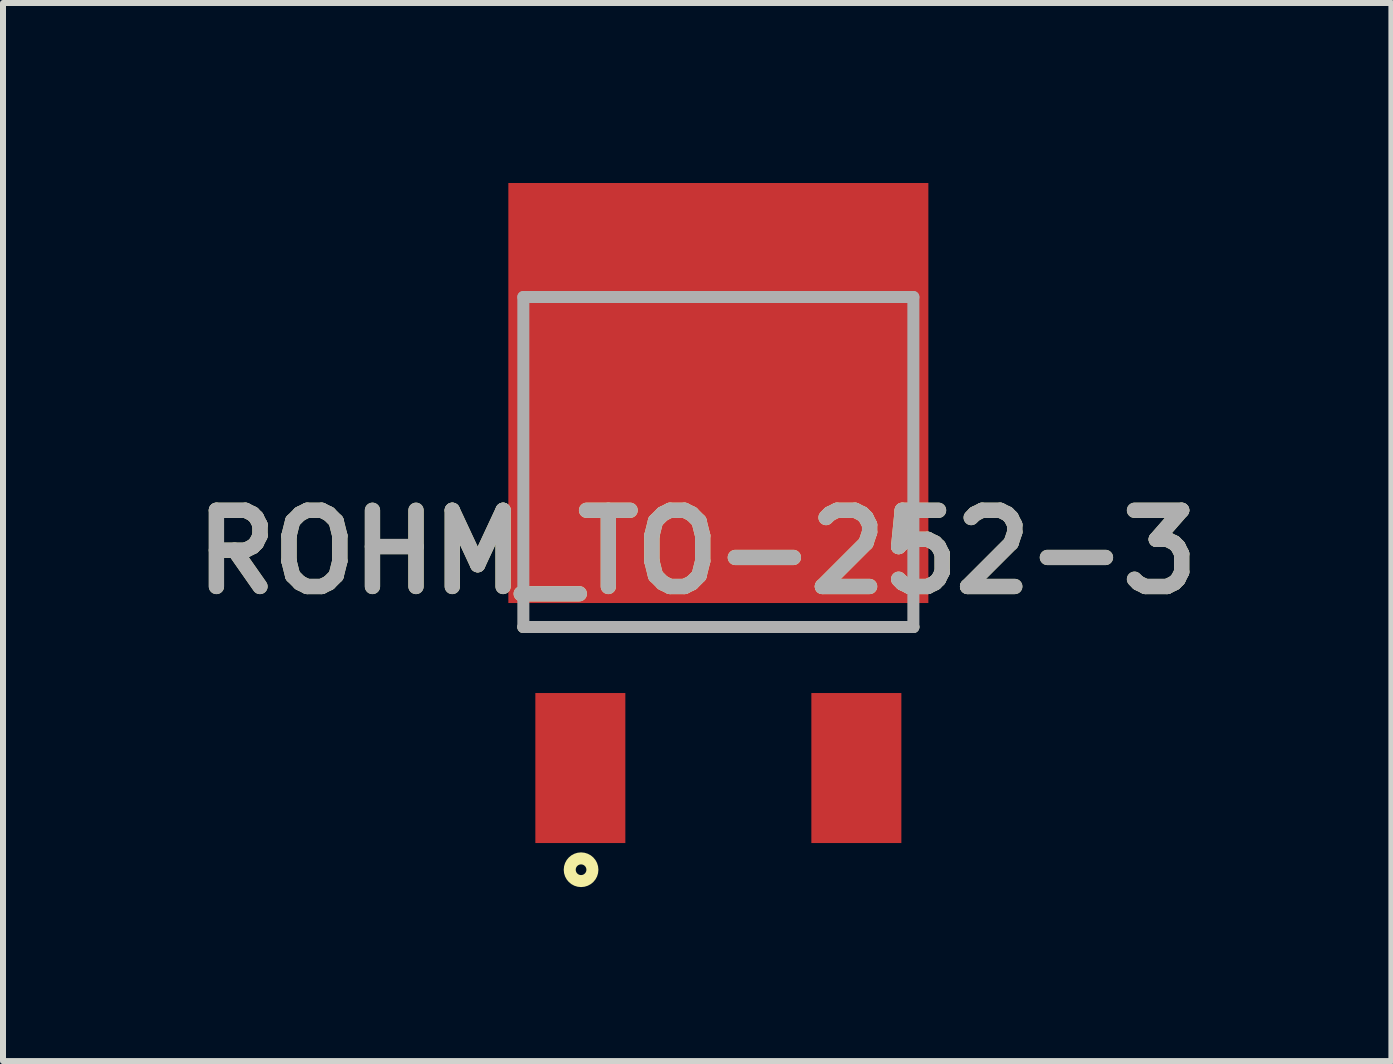
<source format=kicad_pcb>
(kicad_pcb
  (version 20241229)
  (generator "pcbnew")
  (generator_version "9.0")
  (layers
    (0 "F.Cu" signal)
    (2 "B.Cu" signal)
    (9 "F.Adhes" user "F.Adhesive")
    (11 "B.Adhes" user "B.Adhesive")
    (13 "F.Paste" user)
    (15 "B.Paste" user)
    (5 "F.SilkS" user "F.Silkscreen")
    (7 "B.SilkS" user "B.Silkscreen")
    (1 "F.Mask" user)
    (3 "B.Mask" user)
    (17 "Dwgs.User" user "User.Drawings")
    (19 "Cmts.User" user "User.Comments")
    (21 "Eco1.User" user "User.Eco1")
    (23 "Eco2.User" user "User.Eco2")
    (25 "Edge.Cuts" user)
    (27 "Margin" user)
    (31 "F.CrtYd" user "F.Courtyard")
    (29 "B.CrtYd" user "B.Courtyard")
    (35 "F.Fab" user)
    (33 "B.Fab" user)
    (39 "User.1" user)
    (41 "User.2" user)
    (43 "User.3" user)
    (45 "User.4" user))
  (footprint "ROHM_TO-252-3"
    (layer "F.Cu")
    (at 8.922 1.9)
    (property "Reference" "ROHM_TO-252-3" (at -0.352 4.25 0) (layer "F.SilkS") (effects (font (size 1.27 1.27) (thickness 0.254))))
    (attr smd)
    (fp_line (start -3.25 5.5) (end 3.25 5.5) (stroke (width 0.2) (type solid)) (layer "F.SilkS"))
    (fp_circle (center -2.288 9.545) (end -2.288 9.634) (stroke (width 0.2) (type solid)) (fill no) (layer "F.SilkS"))
    (fp_line (start -3.25 0) (end 3.25 0) (stroke (width 0.2) (type solid)) (layer "F.Fab"))
    (fp_line (start -3.25 5.5) (end -3.25 0) (stroke (width 0.2) (type solid)) (layer "F.Fab"))
    (fp_line (start 3.25 0) (end 3.25 5.5) (stroke (width 0.2) (type solid)) (layer "F.Fab"))
    (fp_line (start 3.25 5.5) (end -3.25 5.5) (stroke (width 0.2) (type solid)) (layer "F.Fab"))
    (fp_text user "${REFERENCE}" (at -0.352 4.25 0) (layer "F.Fab") (effects (font (size 1.27 1.27) (thickness 0.254))))
    (pad "1" smd rect (at -2.3 7.85) (size 1.5 2.5) (layers "F.Cu" "F.Mask" "F.Paste"))
    (pad "2" smd rect (at 2.3 7.85) (size 1.5 2.5) (layers "F.Cu" "F.Mask" "F.Paste"))
    (pad "3" smd rect (at 0 1.6 90) (size 7 7) (layers "F.Cu" "F.Mask" "F.Paste")))
  (gr_rect
    (start -3 -3)
    (end 20.139 14.634)
    (stroke (width 0.1) (type default))
    (fill no)
    (layer "Edge.Cuts")))
</source>
